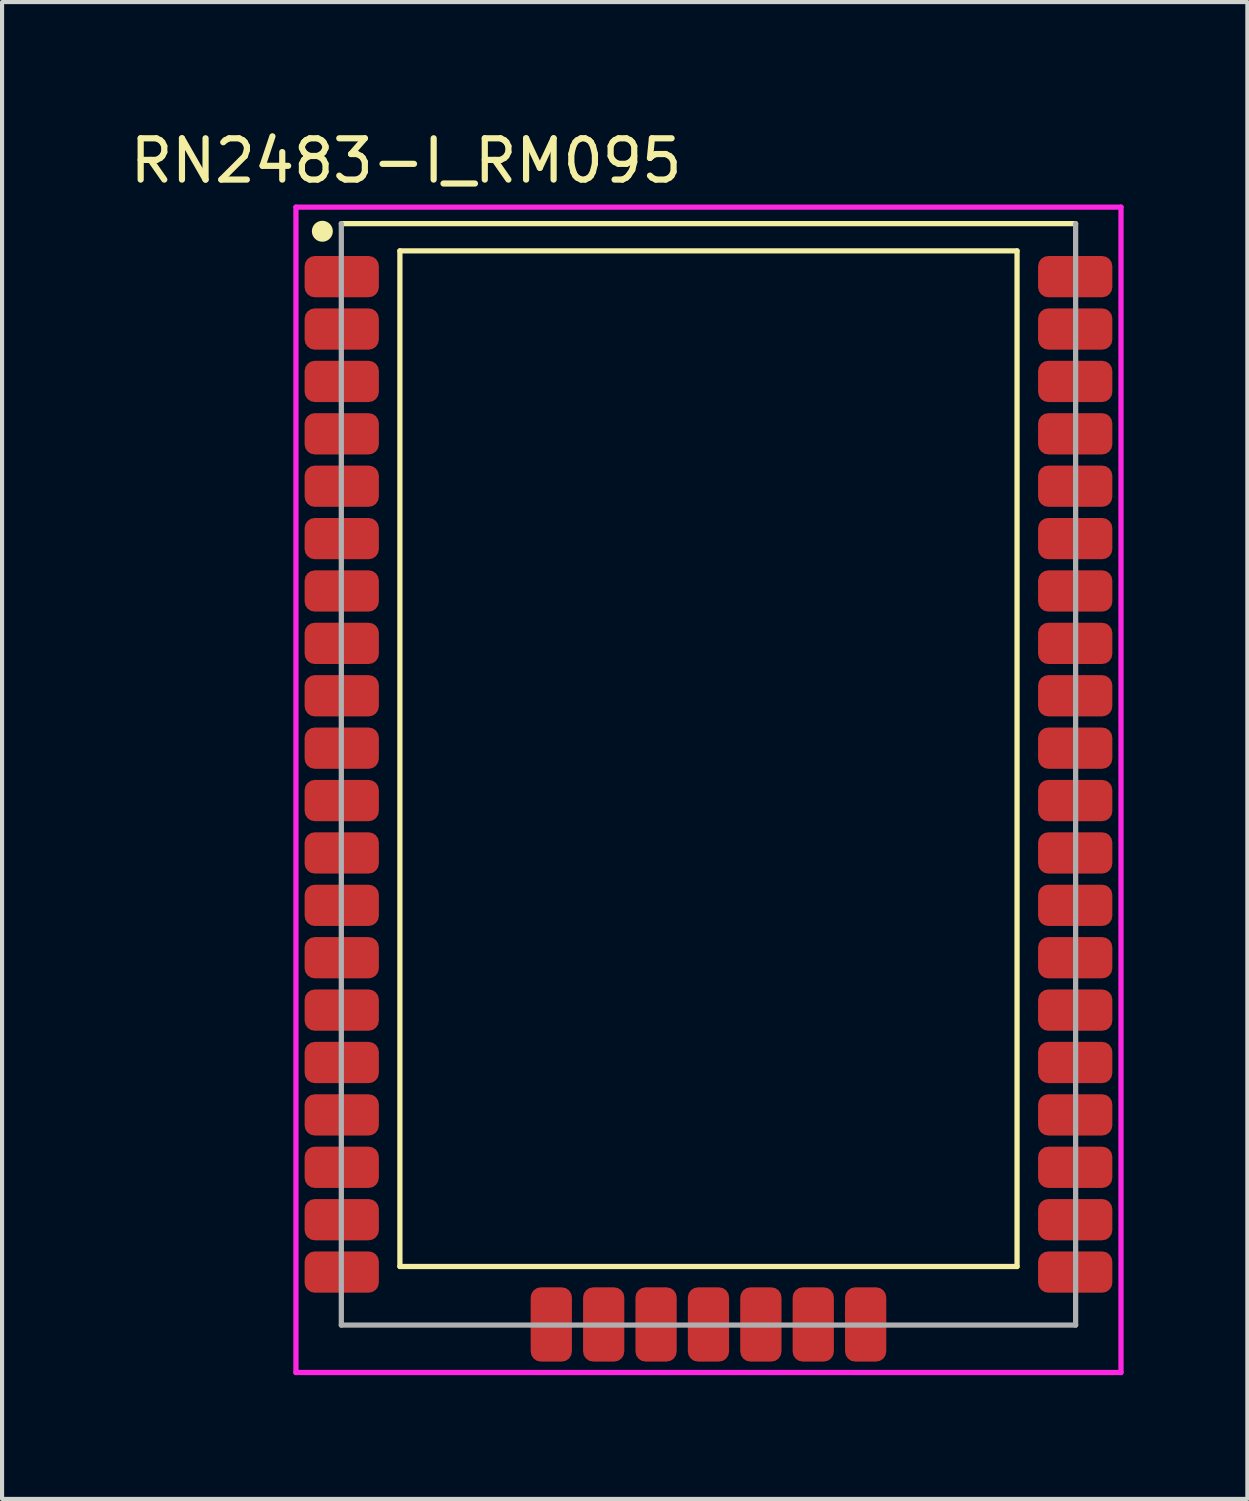
<source format=kicad_pcb>
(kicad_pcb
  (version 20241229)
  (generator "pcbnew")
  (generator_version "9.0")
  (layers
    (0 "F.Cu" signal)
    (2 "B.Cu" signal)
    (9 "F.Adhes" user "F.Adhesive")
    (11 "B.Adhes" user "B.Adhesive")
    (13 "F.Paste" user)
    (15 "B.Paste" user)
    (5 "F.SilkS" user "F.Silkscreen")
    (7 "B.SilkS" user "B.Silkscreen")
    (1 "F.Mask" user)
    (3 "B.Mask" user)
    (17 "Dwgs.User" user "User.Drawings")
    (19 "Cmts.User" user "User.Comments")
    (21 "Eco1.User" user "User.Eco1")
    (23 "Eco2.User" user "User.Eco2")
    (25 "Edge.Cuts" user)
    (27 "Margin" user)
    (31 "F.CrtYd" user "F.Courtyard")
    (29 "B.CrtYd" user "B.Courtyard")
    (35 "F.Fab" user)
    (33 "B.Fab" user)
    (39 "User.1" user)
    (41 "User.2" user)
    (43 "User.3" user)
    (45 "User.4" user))
  (footprint "RN2483-I_RM095"
    (layer "F.Cu")
    (at 14.124 15.721)
    (property "Reference" "RN2483-I_RM095" (at -7.329 -14.873 0) (layer "F.SilkS") (effects (font (size 1.001 1.001) (thickness 0.15))))
    (attr smd)
    (fp_line (start -7.48 -12.69) (end -7.48 11.93) (stroke (width 0.127) (type solid)) (layer "F.SilkS"))
    (fp_line (start -7.48 11.93) (end 7.48 11.93) (stroke (width 0.127) (type solid)) (layer "F.SilkS"))
    (fp_line (start 7.48 -12.69) (end -7.48 -12.69) (stroke (width 0.127) (type solid)) (layer "F.SilkS"))
    (fp_line (start 7.48 11.93) (end 7.48 -12.69) (stroke (width 0.127) (type solid)) (layer "F.SilkS"))
    (fp_line (start 8.9 -13.35) (end -8.9 -13.35) (stroke (width 0.127) (type solid)) (layer "F.SilkS"))
    (fp_circle (center -9.36 -13.165) (end -9.106 -13.165) (stroke (width 0) (type solid)) (fill yes) (layer "F.SilkS"))
    (fp_line (start -10 -13.75) (end 10 -13.75) (stroke (width 0.127) (type solid)) (layer "F.CrtYd"))
    (fp_line (start -10 14.5) (end -10 -13.75) (stroke (width 0.127) (type solid)) (layer "F.CrtYd"))
    (fp_line (start 10 -13.75) (end 10 14.5) (stroke (width 0.127) (type solid)) (layer "F.CrtYd"))
    (fp_line (start 10 14.5) (end -10 14.5) (stroke (width 0.127) (type solid)) (layer "F.CrtYd"))
    (fp_line (start -8.9 -13.35) (end -8.9 13.35) (stroke (width 0.127) (type solid)) (layer "F.Fab"))
    (fp_line (start -8.9 13.35) (end 8.9 13.35) (stroke (width 0.127) (type solid)) (layer "F.Fab"))
    (fp_line (start 8.9 13.35) (end 8.9 -13.35) (stroke (width 0.127) (type solid)) (layer "F.Fab"))
    (pad "1" smd roundrect (at -8.89 -12.065) (size 1.8 1) (layers "F.Cu" "F.Mask" "F.Paste") (roundrect_rratio 0.246))
    (pad "2" smd roundrect (at -8.89 -10.795) (size 1.8 1) (layers "F.Cu" "F.Mask" "F.Paste") (roundrect_rratio 0.246))
    (pad "3" smd roundrect (at -8.89 -9.525) (size 1.8 1) (layers "F.Cu" "F.Mask" "F.Paste") (roundrect_rratio 0.246))
    (pad "4" smd roundrect (at -8.89 -8.255) (size 1.8 1) (layers "F.Cu" "F.Mask" "F.Paste") (roundrect_rratio 0.246))
    (pad "5" smd roundrect (at -8.89 -6.985) (size 1.8 1) (layers "F.Cu" "F.Mask" "F.Paste") (roundrect_rratio 0.246))
    (pad "6" smd roundrect (at -8.89 -5.715) (size 1.8 1) (layers "F.Cu" "F.Mask" "F.Paste") (roundrect_rratio 0.246))
    (pad "7" smd roundrect (at -8.89 -4.445) (size 1.8 1) (layers "F.Cu" "F.Mask" "F.Paste") (roundrect_rratio 0.246))
    (pad "8" smd roundrect (at -8.89 -3.175) (size 1.8 1) (layers "F.Cu" "F.Mask" "F.Paste") (roundrect_rratio 0.246))
    (pad "9" smd roundrect (at -8.89 -1.905) (size 1.8 1) (layers "F.Cu" "F.Mask" "F.Paste") (roundrect_rratio 0.246))
    (pad "10" smd roundrect (at -8.89 -0.635) (size 1.8 1) (layers "F.Cu" "F.Mask" "F.Paste") (roundrect_rratio 0.246))
    (pad "11" smd roundrect (at -8.89 0.635) (size 1.8 1) (layers "F.Cu" "F.Mask" "F.Paste") (roundrect_rratio 0.246))
    (pad "12" smd roundrect (at -8.89 1.905) (size 1.8 1) (layers "F.Cu" "F.Mask" "F.Paste") (roundrect_rratio 0.246))
    (pad "13" smd roundrect (at -8.89 3.175) (size 1.8 1) (layers "F.Cu" "F.Mask" "F.Paste") (roundrect_rratio 0.246))
    (pad "14" smd roundrect (at -8.89 4.445) (size 1.8 1) (layers "F.Cu" "F.Mask" "F.Paste") (roundrect_rratio 0.246))
    (pad "15" smd roundrect (at -8.89 5.715) (size 1.8 1) (layers "F.Cu" "F.Mask" "F.Paste") (roundrect_rratio 0.246))
    (pad "16" smd roundrect (at -8.89 6.985) (size 1.8 1) (layers "F.Cu" "F.Mask" "F.Paste") (roundrect_rratio 0.246))
    (pad "17" smd roundrect (at -8.89 8.255) (size 1.8 1) (layers "F.Cu" "F.Mask" "F.Paste") (roundrect_rratio 0.246))
    (pad "18" smd roundrect (at -8.89 9.525) (size 1.8 1) (layers "F.Cu" "F.Mask" "F.Paste") (roundrect_rratio 0.246))
    (pad "19" smd roundrect (at -8.89 10.795) (size 1.8 1) (layers "F.Cu" "F.Mask" "F.Paste") (roundrect_rratio 0.246))
    (pad "20" smd roundrect (at -8.89 12.065) (size 1.8 1) (layers "F.Cu" "F.Mask" "F.Paste") (roundrect_rratio 0.246))
    (pad "21" smd roundrect (at -3.81 13.335) (size 1 1.8) (layers "F.Cu" "F.Mask" "F.Paste") (roundrect_rratio 0.246))
    (pad "22" smd roundrect (at -2.54 13.335) (size 1 1.8) (layers "F.Cu" "F.Mask" "F.Paste") (roundrect_rratio 0.246))
    (pad "23" smd roundrect (at -1.27 13.335) (size 1 1.8) (layers "F.Cu" "F.Mask" "F.Paste") (roundrect_rratio 0.246))
    (pad "24" smd roundrect (at 0 13.335) (size 1 1.8) (layers "F.Cu" "F.Mask" "F.Paste") (roundrect_rratio 0.246))
    (pad "25" smd roundrect (at 1.27 13.335) (size 1 1.8) (layers "F.Cu" "F.Mask" "F.Paste") (roundrect_rratio 0.246))
    (pad "26" smd roundrect (at 2.54 13.335) (size 1 1.8) (layers "F.Cu" "F.Mask" "F.Paste") (roundrect_rratio 0.246))
    (pad "27" smd roundrect (at 3.81 13.335) (size 1 1.8) (layers "F.Cu" "F.Mask" "F.Paste") (roundrect_rratio 0.246))
    (pad "28" smd roundrect (at 8.89 12.065) (size 1.8 1) (layers "F.Cu" "F.Mask" "F.Paste") (roundrect_rratio 0.246))
    (pad "29" smd roundrect (at 8.89 10.795) (size 1.8 1) (layers "F.Cu" "F.Mask" "F.Paste") (roundrect_rratio 0.246))
    (pad "30" smd roundrect (at 8.89 9.525) (size 1.8 1) (layers "F.Cu" "F.Mask" "F.Paste") (roundrect_rratio 0.246))
    (pad "31" smd roundrect (at 8.89 8.255) (size 1.8 1) (layers "F.Cu" "F.Mask" "F.Paste") (roundrect_rratio 0.246))
    (pad "32" smd roundrect (at 8.89 6.985) (size 1.8 1) (layers "F.Cu" "F.Mask" "F.Paste") (roundrect_rratio 0.246))
    (pad "33" smd roundrect (at 8.89 5.715) (size 1.8 1) (layers "F.Cu" "F.Mask" "F.Paste") (roundrect_rratio 0.246))
    (pad "34" smd roundrect (at 8.89 4.445) (size 1.8 1) (layers "F.Cu" "F.Mask" "F.Paste") (roundrect_rratio 0.246))
    (pad "35" smd roundrect (at 8.89 3.175) (size 1.8 1) (layers "F.Cu" "F.Mask" "F.Paste") (roundrect_rratio 0.246))
    (pad "36" smd roundrect (at 8.89 1.905) (size 1.8 1) (layers "F.Cu" "F.Mask" "F.Paste") (roundrect_rratio 0.246))
    (pad "37" smd roundrect (at 8.89 0.635) (size 1.8 1) (layers "F.Cu" "F.Mask" "F.Paste") (roundrect_rratio 0.246))
    (pad "38" smd roundrect (at 8.89 -0.635) (size 1.8 1) (layers "F.Cu" "F.Mask" "F.Paste") (roundrect_rratio 0.246))
    (pad "39" smd roundrect (at 8.89 -1.905) (size 1.8 1) (layers "F.Cu" "F.Mask" "F.Paste") (roundrect_rratio 0.246))
    (pad "40" smd roundrect (at 8.89 -3.175) (size 1.8 1) (layers "F.Cu" "F.Mask" "F.Paste") (roundrect_rratio 0.246))
    (pad "41" smd roundrect (at 8.89 -4.445) (size 1.8 1) (layers "F.Cu" "F.Mask" "F.Paste") (roundrect_rratio 0.246))
    (pad "42" smd roundrect (at 8.89 -5.715) (size 1.8 1) (layers "F.Cu" "F.Mask" "F.Paste") (roundrect_rratio 0.246))
    (pad "43" smd roundrect (at 8.89 -6.985) (size 1.8 1) (layers "F.Cu" "F.Mask" "F.Paste") (roundrect_rratio 0.246))
    (pad "44" smd roundrect (at 8.89 -8.255) (size 1.8 1) (layers "F.Cu" "F.Mask" "F.Paste") (roundrect_rratio 0.246))
    (pad "45" smd roundrect (at 8.89 -9.525) (size 1.8 1) (layers "F.Cu" "F.Mask" "F.Paste") (roundrect_rratio 0.246))
    (pad "46" smd roundrect (at 8.89 -10.795) (size 1.8 1) (layers "F.Cu" "F.Mask" "F.Paste") (roundrect_rratio 0.246))
    (pad "47" smd roundrect (at 8.89 -12.065) (size 1.8 1) (layers "F.Cu" "F.Mask" "F.Paste") (roundrect_rratio 0.246)))
  (gr_rect
    (start -3 -3)
    (end 27.187 33.285)
    (stroke (width 0.1) (type default))
    (fill no)
    (layer "Edge.Cuts")))
</source>
